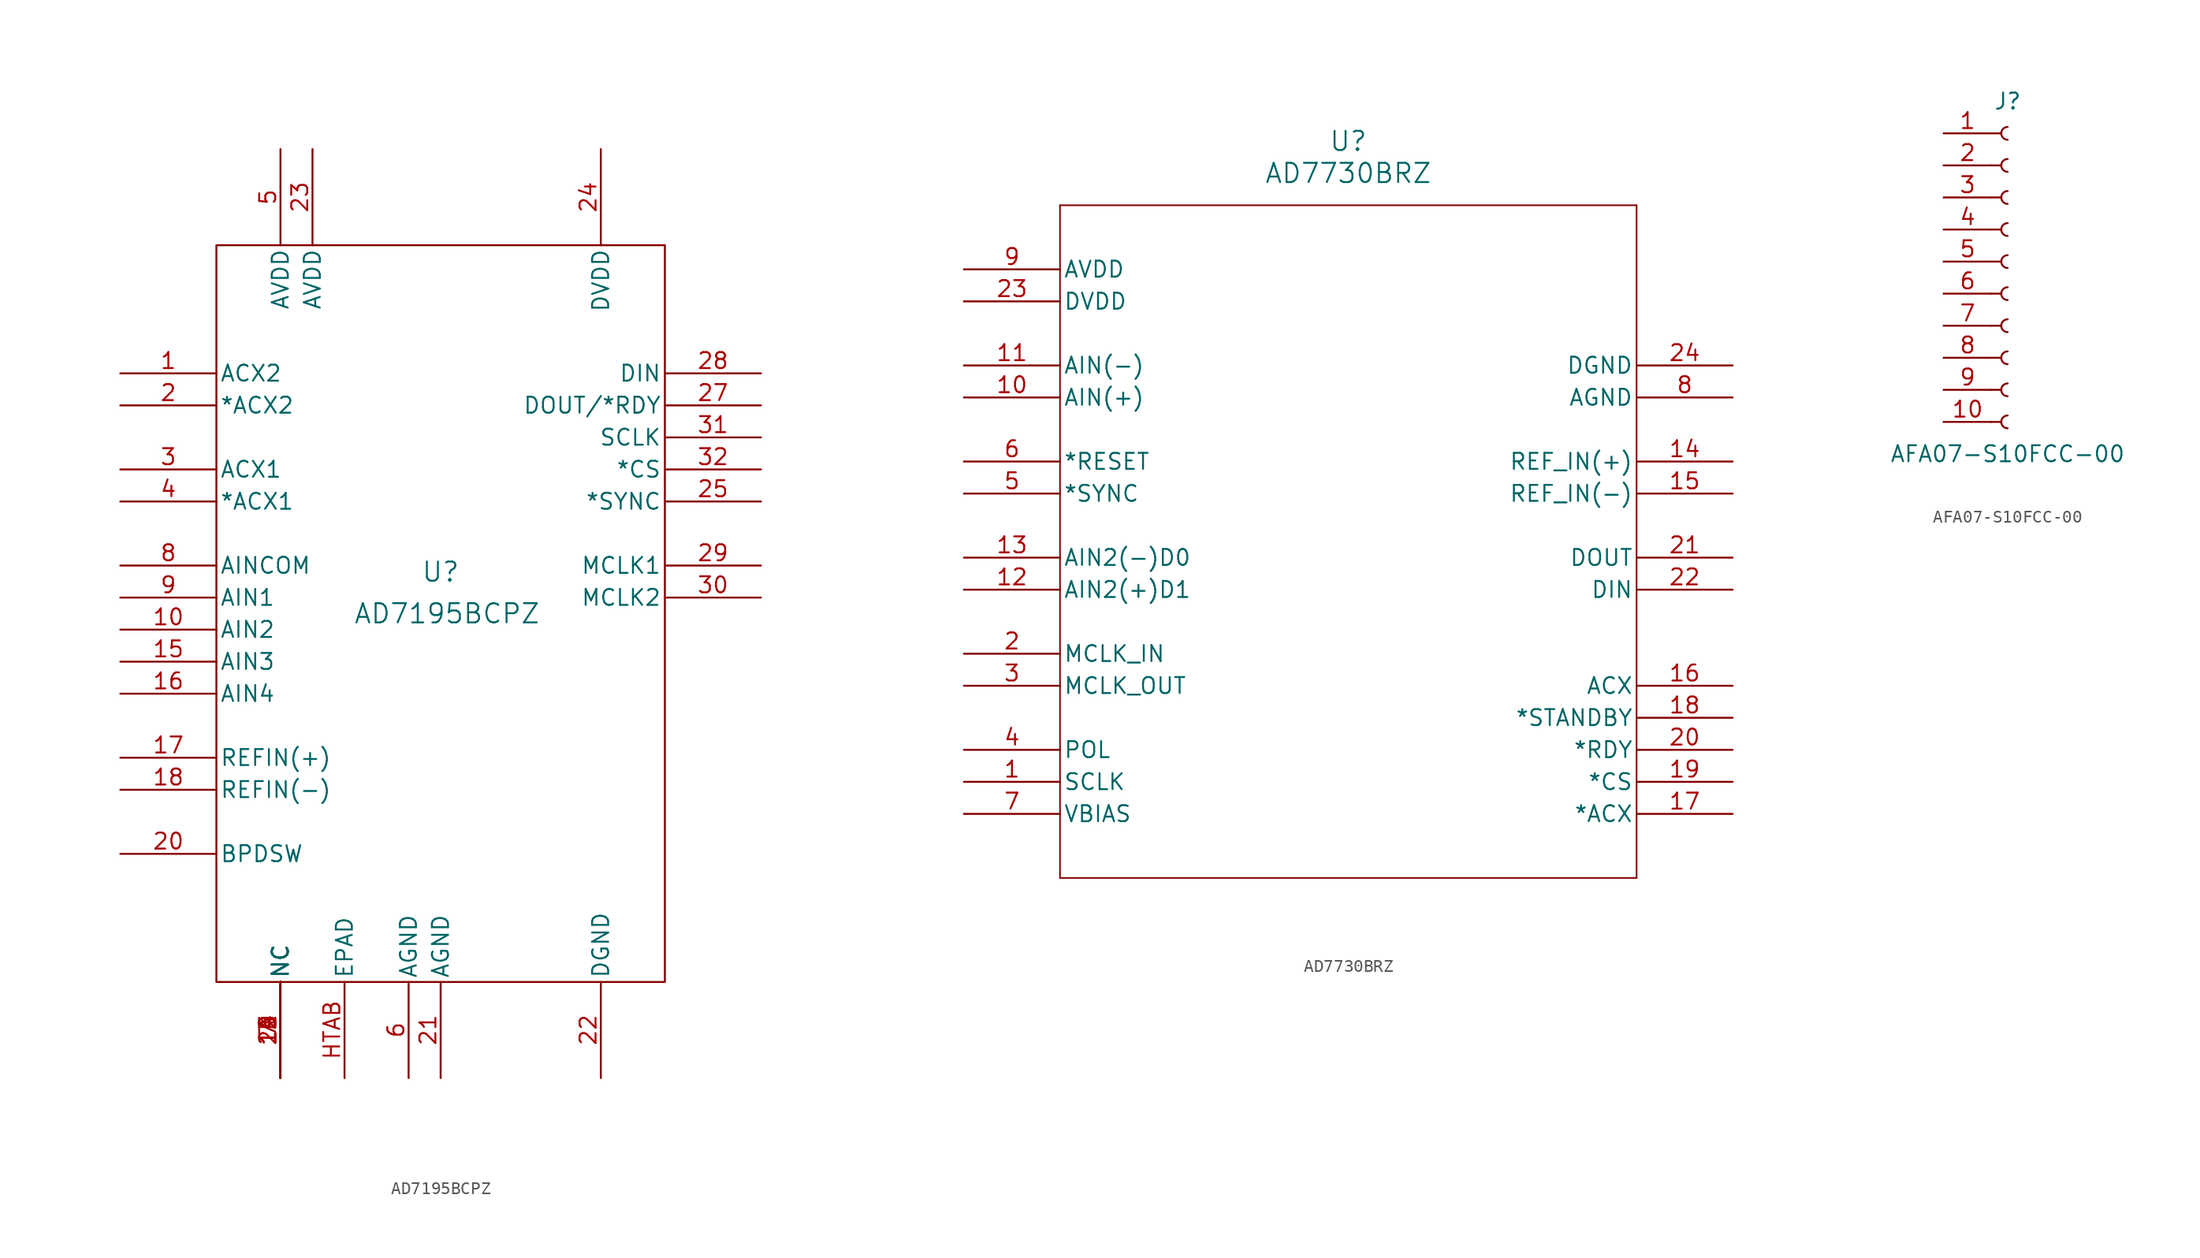
<source format=kicad_sym>
(kicad_symbol_lib
  (version 20231120)
  (generator "kicad_symbol_editor")
  (generator_version "8.0")
  (symbol "AD7195BCPZ"
    (pin_names
      (offset 0.254))
    (property "Reference" "U"
      (at 25.4 -20.828 0)
      (effects (font (size 1.524 1.524))))
    (property "Value" "AD7195BCPZ"
      (at 25.908 -24.13 0)
      (effects (font (size 1.524 1.524))))
    (symbol "AD7195BCPZ_0_1"
      (rectangle (start 7.62 5.08) (end 43.18 -53.34) (stroke (width 0) (type default)) (fill (type none)))
      (pin output line (at 0 -5.08 0) (length 7.62) (name "ACX2" (effects (font (size 1.27 1.27)))) (number "1" (effects (font (size 1.27 1.27)))))
      (pin input line (at 0 -25.4 0) (length 7.62) (name "AIN2" (effects (font (size 1.27 1.27)))) (number "10" (effects (font (size 1.27 1.27)))))
      (pin input line (at 0 -27.94 0) (length 7.62) (name "AIN3" (effects (font (size 1.27 1.27)))) (number "15" (effects (font (size 1.27 1.27)))))
      (pin input line (at 0 -30.48 0) (length 7.62) (name "AIN4" (effects (font (size 1.27 1.27)))) (number "16" (effects (font (size 1.27 1.27)))))
      (pin input line (at 0 -35.56 0) (length 7.62) (name "REFIN(+)" (effects (font (size 1.27 1.27)))) (number "17" (effects (font (size 1.27 1.27)))))
      (pin input line (at 0 -38.1 0) (length 7.62) (name "REFIN(-)" (effects (font (size 1.27 1.27)))) (number "18" (effects (font (size 1.27 1.27)))))
      (pin output line (at 0 -7.62 0) (length 7.62) (name "*ACX2" (effects (font (size 1.27 1.27)))) (number "2" (effects (font (size 1.27 1.27)))))
      (pin unspecified line (at 0 -43.18 0) (length 7.62) (name "BPDSW" (effects (font (size 1.27 1.27)))) (number "20" (effects (font (size 1.27 1.27)))))
      (pin power_in line (at 25.4 -60.96 90) (length 7.62) (name "AGND" (effects (font (size 1.27 1.27)))) (number "21" (effects (font (size 1.27 1.27)))))
      (pin power_in line (at 38.1 -60.96 90) (length 7.62) (name "DGND" (effects (font (size 1.27 1.27)))) (number "22" (effects (font (size 1.27 1.27)))))
      (pin power_in line (at 15.24 12.7 270) (length 7.62) (name "AVDD" (effects (font (size 1.27 1.27)))) (number "23" (effects (font (size 1.27 1.27)))))
      (pin power_in line (at 38.1 12.7 270) (length 7.62) (name "DVDD" (effects (font (size 1.27 1.27)))) (number "24" (effects (font (size 1.27 1.27)))))
      (pin input line (at 50.8 -15.24 180) (length 7.62) (name "*SYNC" (effects (font (size 1.27 1.27)))) (number "25" (effects (font (size 1.27 1.27)))))
      (pin output line (at 50.8 -7.62 180) (length 7.62) (name "DOUT/*RDY" (effects (font (size 1.27 1.27)))) (number "27" (effects (font (size 1.27 1.27)))))
      (pin input line (at 50.8 -5.08 180) (length 7.62) (name "DIN" (effects (font (size 1.27 1.27)))) (number "28" (effects (font (size 1.27 1.27)))))
      (pin unspecified line (at 50.8 -20.32 180) (length 7.62) (name "MCLK1" (effects (font (size 1.27 1.27)))) (number "29" (effects (font (size 1.27 1.27)))))
      (pin output line (at 0 -12.7 0) (length 7.62) (name "ACX1" (effects (font (size 1.27 1.27)))) (number "3" (effects (font (size 1.27 1.27)))))
      (pin unspecified line (at 50.8 -22.86 180) (length 7.62) (name "MCLK2" (effects (font (size 1.27 1.27)))) (number "30" (effects (font (size 1.27 1.27)))))
      (pin input line (at 50.8 -10.16 180) (length 7.62) (name "SCLK" (effects (font (size 1.27 1.27)))) (number "31" (effects (font (size 1.27 1.27)))))
      (pin input line (at 50.8 -12.7 180) (length 7.62) (name "*CS" (effects (font (size 1.27 1.27)))) (number "32" (effects (font (size 1.27 1.27)))))
      (pin output line (at 0 -15.24 0) (length 7.62) (name "*ACX1" (effects (font (size 1.27 1.27)))) (number "4" (effects (font (size 1.27 1.27)))))
      (pin power_in line (at 12.7 12.7 270) (length 7.62) (name "AVDD" (effects (font (size 1.27 1.27)))) (number "5" (effects (font (size 1.27 1.27)))))
      (pin power_in line (at 22.86 -60.96 90) (length 7.62) (name "AGND" (effects (font (size 1.27 1.27)))) (number "6" (effects (font (size 1.27 1.27)))))
      (pin input line (at 0 -20.32 0) (length 7.62) (name "AINCOM" (effects (font (size 1.27 1.27)))) (number "8" (effects (font (size 1.27 1.27)))))
      (pin input line (at 0 -22.86 0) (length 7.62) (name "AIN1" (effects (font (size 1.27 1.27)))) (number "9" (effects (font (size 1.27 1.27)))))
      (pin unspecified line (at 17.78 -60.96 90) (length 7.62) (name "EPAD" (effects (font (size 1.27 1.27)))) (number "HTAB" (effects (font (size 1.27 1.27))))))
    (symbol "AD7195BCPZ_1_1"
      (pin input line (at 12.7 -60.96 90) (length 7.62) (name "NC" (effects (font (size 1.27 1.27)))) (number "11" (effects (font (size 1.27 1.27)))))
      (pin input line (at 12.7 -60.96 90) (length 7.62) (name "NC" (effects (font (size 1.27 1.27)))) (number "12" (effects (font (size 1.27 1.27)))))
      (pin input line (at 12.7 -60.96 90) (length 7.62) (name "NC" (effects (font (size 1.27 1.27)))) (number "13" (effects (font (size 1.27 1.27)))))
      (pin input line (at 12.7 -60.96 90) (length 7.62) (name "NC" (effects (font (size 1.27 1.27)))) (number "14" (effects (font (size 1.27 1.27)))))
      (pin input line (at 12.7 -60.96 90) (length 7.62) (name "NC" (effects (font (size 1.27 1.27)))) (number "19" (effects (font (size 1.27 1.27)))))
      (pin input line (at 12.7 -60.96 90) (length 7.62) (name "NC" (effects (font (size 1.27 1.27)))) (number "26" (effects (font (size 1.27 1.27)))))
      (pin input line (at 12.7 -60.96 90) (length 7.62) (name "NC" (effects (font (size 1.27 1.27)))) (number "7" (effects (font (size 1.27 1.27)))))))
  (symbol "AD7730BRZ"
    (pin_names
      (offset 0.254))
    (property "Reference" "U"
      (at 30.48 10.16 0)
      (effects (font (size 1.524 1.524))))
    (property "Value" "AD7730BRZ"
      (at 30.48 7.62 0)
      (effects (font (size 1.524 1.524))))
    (property "ki_locked" ""
      (at 0 0 0)
      (effects (font (size 1.27 1.27))))
    (symbol "AD7730BRZ_0_1"
      (polyline (pts (xy 7.62 -48.26) (xy 53.34 -48.26)) (stroke (width 0.127) (type default)) (fill (type none)))
      (polyline (pts (xy 7.62 5.08) (xy 7.62 -48.26)) (stroke (width 0.127) (type default)) (fill (type none)))
      (polyline (pts (xy 53.34 -48.26) (xy 53.34 5.08)) (stroke (width 0.127) (type default)) (fill (type none)))
      (polyline (pts (xy 53.34 5.08) (xy 7.62 5.08)) (stroke (width 0.127) (type default)) (fill (type none)))
      (pin unspecified line (at 0 -40.64 0) (length 7.62) (name "SCLK" (effects (font (size 1.27 1.27)))) (number "1" (effects (font (size 1.27 1.27)))))
      (pin unspecified line (at 0 -10.16 0) (length 7.62) (name "AIN(+)" (effects (font (size 1.27 1.27)))) (number "10" (effects (font (size 1.27 1.27)))))
      (pin unspecified line (at 0 -7.62 0) (length 7.62) (name "AIN(-)" (effects (font (size 1.27 1.27)))) (number "11" (effects (font (size 1.27 1.27)))))
      (pin unspecified line (at 0 -25.4 0) (length 7.62) (name "AIN2(+)D1" (effects (font (size 1.27 1.27)))) (number "12" (effects (font (size 1.27 1.27)))))
      (pin unspecified line (at 0 -22.86 0) (length 7.62) (name "AIN2(-)D0" (effects (font (size 1.27 1.27)))) (number "13" (effects (font (size 1.27 1.27)))))
      (pin unspecified line (at 60.96 -15.24 180) (length 7.62) (name "REF_IN(+)" (effects (font (size 1.27 1.27)))) (number "14" (effects (font (size 1.27 1.27)))))
      (pin unspecified line (at 60.96 -17.78 180) (length 7.62) (name "REF_IN(-)" (effects (font (size 1.27 1.27)))) (number "15" (effects (font (size 1.27 1.27)))))
      (pin unspecified line (at 60.96 -33.02 180) (length 7.62) (name "ACX" (effects (font (size 1.27 1.27)))) (number "16" (effects (font (size 1.27 1.27)))))
      (pin unspecified line (at 60.96 -43.18 180) (length 7.62) (name "*ACX" (effects (font (size 1.27 1.27)))) (number "17" (effects (font (size 1.27 1.27)))))
      (pin unspecified line (at 60.96 -35.56 180) (length 7.62) (name "*STANDBY" (effects (font (size 1.27 1.27)))) (number "18" (effects (font (size 1.27 1.27)))))
      (pin unspecified line (at 60.96 -40.64 180) (length 7.62) (name "*CS" (effects (font (size 1.27 1.27)))) (number "19" (effects (font (size 1.27 1.27)))))
      (pin unspecified line (at 0 -30.48 0) (length 7.62) (name "MCLK_IN" (effects (font (size 1.27 1.27)))) (number "2" (effects (font (size 1.27 1.27)))))
      (pin unspecified line (at 60.96 -38.1 180) (length 7.62) (name "*RDY" (effects (font (size 1.27 1.27)))) (number "20" (effects (font (size 1.27 1.27)))))
      (pin unspecified line (at 60.96 -22.86 180) (length 7.62) (name "DOUT" (effects (font (size 1.27 1.27)))) (number "21" (effects (font (size 1.27 1.27)))))
      (pin unspecified line (at 60.96 -25.4 180) (length 7.62) (name "DIN" (effects (font (size 1.27 1.27)))) (number "22" (effects (font (size 1.27 1.27)))))
      (pin unspecified line (at 0 -2.54 0) (length 7.62) (name "DVDD" (effects (font (size 1.27 1.27)))) (number "23" (effects (font (size 1.27 1.27)))))
      (pin unspecified line (at 60.96 -7.62 180) (length 7.62) (name "DGND" (effects (font (size 1.27 1.27)))) (number "24" (effects (font (size 1.27 1.27)))))
      (pin unspecified line (at 0 -33.02 0) (length 7.62) (name "MCLK_OUT" (effects (font (size 1.27 1.27)))) (number "3" (effects (font (size 1.27 1.27)))))
      (pin unspecified line (at 0 -38.1 0) (length 7.62) (name "POL" (effects (font (size 1.27 1.27)))) (number "4" (effects (font (size 1.27 1.27)))))
      (pin unspecified line (at 0 -17.78 0) (length 7.62) (name "*SYNC" (effects (font (size 1.27 1.27)))) (number "5" (effects (font (size 1.27 1.27)))))
      (pin unspecified line (at 0 -15.24 0) (length 7.62) (name "*RESET" (effects (font (size 1.27 1.27)))) (number "6" (effects (font (size 1.27 1.27)))))
      (pin unspecified line (at 0 -43.18 0) (length 7.62) (name "VBIAS" (effects (font (size 1.27 1.27)))) (number "7" (effects (font (size 1.27 1.27)))))
      (pin unspecified line (at 60.96 -10.16 180) (length 7.62) (name "AGND" (effects (font (size 1.27 1.27)))) (number "8" (effects (font (size 1.27 1.27)))))
      (pin unspecified line (at 0 0 0) (length 7.62) (name "AVDD" (effects (font (size 1.27 1.27)))) (number "9" (effects (font (size 1.27 1.27)))))))
  (symbol "AFA07-S10FCC-00"
    (pin_names
      (offset 1.016) hide)
    (property "Reference" "J"
      (at 0 12.7 0)
      (effects (font (size 1.27 1.27))))
    (property "Value" "AFA07-S10FCC-00"
      (at 0 -15.24 0)
      (effects (font (size 1.27 1.27))))
    (symbol "AFA07-S10FCC-00_1_1"
      (arc (start 0 -12.192) (mid -0.5058 -12.7) (end 0 -13.208) (stroke (width 0.1524) (type default)) (fill (type none)))
      (arc (start 0 -9.652) (mid -0.5058 -10.16) (end 0 -10.668) (stroke (width 0.1524) (type default)) (fill (type none)))
      (arc (start 0 -7.112) (mid -0.5058 -7.62) (end 0 -8.128) (stroke (width 0.1524) (type default)) (fill (type none)))
      (arc (start 0 -4.572) (mid -0.5058 -5.08) (end 0 -5.588) (stroke (width 0.1524) (type default)) (fill (type none)))
      (arc (start 0 -2.032) (mid -0.5058 -2.54) (end 0 -3.048) (stroke (width 0.1524) (type default)) (fill (type none)))
      (polyline (pts (xy -1.27 -12.7) (xy -0.508 -12.7)) (stroke (width 0.152) (type default)) (fill (type none)))
      (polyline (pts (xy -1.27 -10.16) (xy -0.508 -10.16)) (stroke (width 0.152) (type default)) (fill (type none)))
      (polyline (pts (xy -1.27 -7.62) (xy -0.508 -7.62)) (stroke (width 0.152) (type default)) (fill (type none)))
      (polyline (pts (xy -1.27 -5.08) (xy -0.508 -5.08)) (stroke (width 0.152) (type default)) (fill (type none)))
      (polyline (pts (xy -1.27 -2.54) (xy -0.508 -2.54)) (stroke (width 0.152) (type default)) (fill (type none)))
      (polyline (pts (xy -1.27 0) (xy -0.508 0)) (stroke (width 0.152) (type default)) (fill (type none)))
      (polyline (pts (xy -1.27 2.54) (xy -0.508 2.54)) (stroke (width 0.152) (type default)) (fill (type none)))
      (polyline (pts (xy -1.27 5.08) (xy -0.508 5.08)) (stroke (width 0.152) (type default)) (fill (type none)))
      (polyline (pts (xy -1.27 7.62) (xy -0.508 7.62)) (stroke (width 0.152) (type default)) (fill (type none)))
      (polyline (pts (xy -1.27 10.16) (xy -0.508 10.16)) (stroke (width 0.152) (type default)) (fill (type none)))
      (arc (start 0 0.508) (mid -0.5058 0) (end 0 -0.508) (stroke (width 0.1524) (type default)) (fill (type none)))
      (arc (start 0 3.048) (mid -0.5058 2.54) (end 0 2.032) (stroke (width 0.1524) (type default)) (fill (type none)))
      (arc (start 0 5.588) (mid -0.5058 5.08) (end 0 4.572) (stroke (width 0.1524) (type default)) (fill (type none)))
      (arc (start 0 8.128) (mid -0.5058 7.62) (end 0 7.112) (stroke (width 0.1524) (type default)) (fill (type none)))
      (arc (start 0 10.668) (mid -0.5058 10.16) (end 0 9.652) (stroke (width 0.1524) (type default)) (fill (type none)))
      (pin passive line (at -5.08 10.16 0) (length 3.81) (name "Pin_1" (effects (font (size 1.27 1.27)))) (number "1" (effects (font (size 1.27 1.27)))))
      (pin passive line (at -5.08 -12.7 0) (length 3.81) (name "Pin_10" (effects (font (size 1.27 1.27)))) (number "10" (effects (font (size 1.27 1.27)))))
      (pin passive line (at -5.08 7.62 0) (length 3.81) (name "Pin_2" (effects (font (size 1.27 1.27)))) (number "2" (effects (font (size 1.27 1.27)))))
      (pin passive line (at -5.08 5.08 0) (length 3.81) (name "Pin_3" (effects (font (size 1.27 1.27)))) (number "3" (effects (font (size 1.27 1.27)))))
      (pin passive line (at -5.08 2.54 0) (length 3.81) (name "Pin_4" (effects (font (size 1.27 1.27)))) (number "4" (effects (font (size 1.27 1.27)))))
      (pin passive line (at -5.08 0 0) (length 3.81) (name "Pin_5" (effects (font (size 1.27 1.27)))) (number "5" (effects (font (size 1.27 1.27)))))
      (pin passive line (at -5.08 -2.54 0) (length 3.81) (name "Pin_6" (effects (font (size 1.27 1.27)))) (number "6" (effects (font (size 1.27 1.27)))))
      (pin passive line (at -5.08 -5.08 0) (length 3.81) (name "Pin_7" (effects (font (size 1.27 1.27)))) (number "7" (effects (font (size 1.27 1.27)))))
      (pin passive line (at -5.08 -7.62 0) (length 3.81) (name "Pin_8" (effects (font (size 1.27 1.27)))) (number "8" (effects (font (size 1.27 1.27)))))
      (pin passive line (at -5.08 -10.16 0) (length 3.81) (name "Pin_9" (effects (font (size 1.27 1.27)))) (number "9" (effects (font (size 1.27 1.27))))))))
</source>
